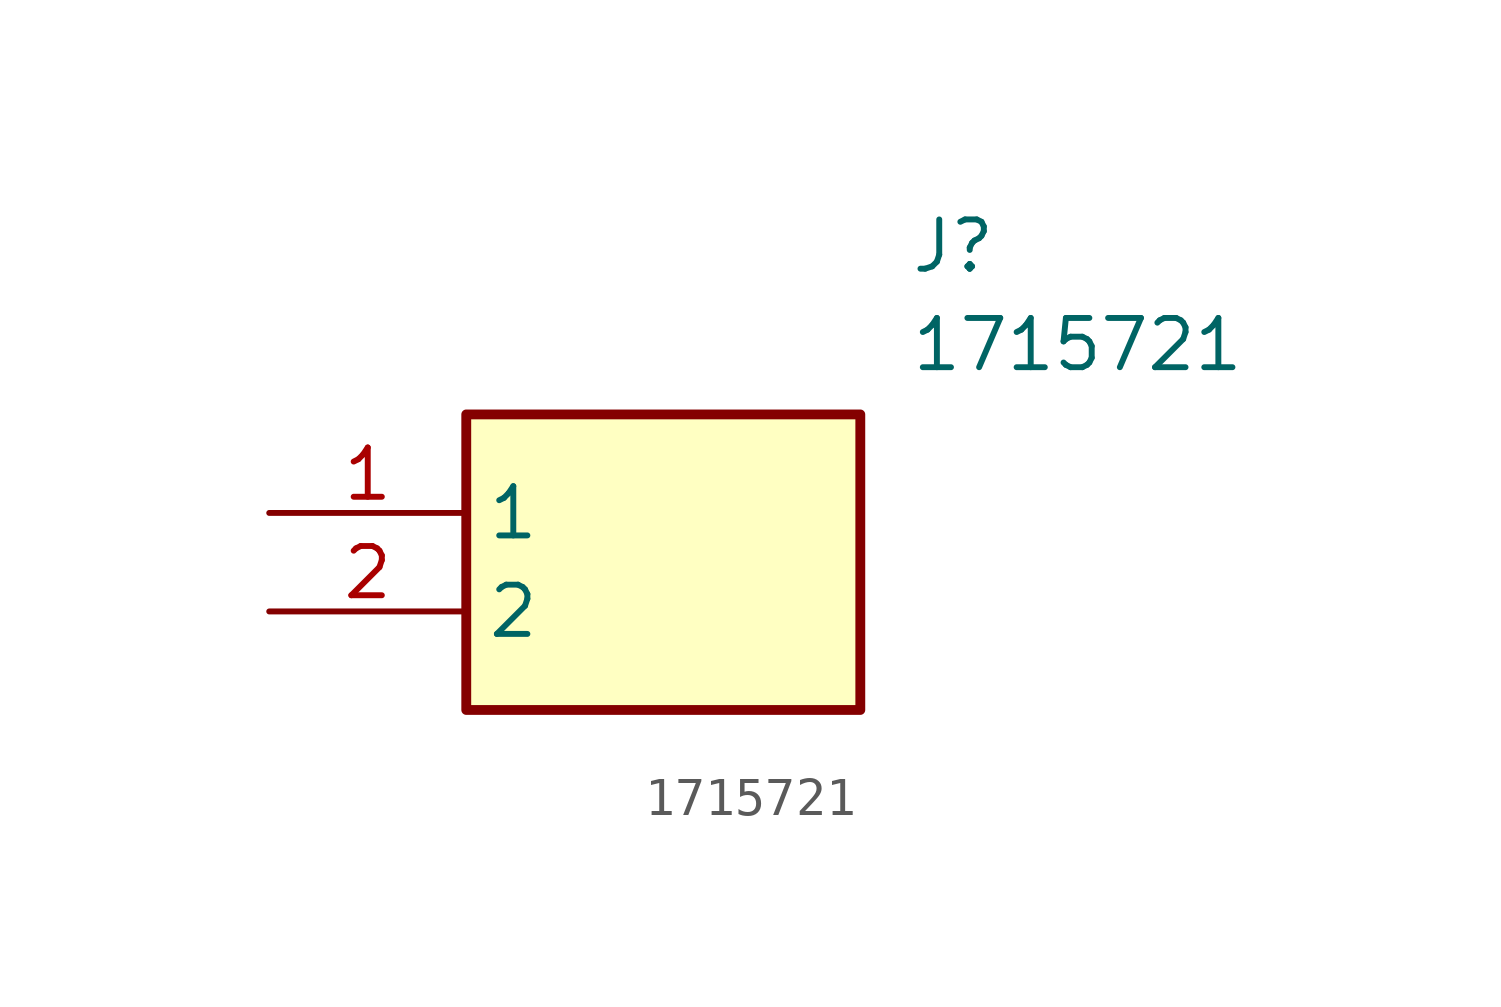
<source format=kicad_sym>
(kicad_symbol_lib
  (version 20211014)
  (generator SamacSys_ECAD_Model)
  (symbol "1715721"
    (property "Reference" "J"
      (at 16.51 7.62 0)
      (effects (font (size 1.27 1.27)) (justify left top)))
    (property "Value" "1715721"
      (at 16.51 5.08 0)
      (effects (font (size 1.27 1.27)) (justify left top)))
    (rectangle
      (start 5.08 2.54)
      (end 15.24 -5.08)
      (stroke (width 0.254) (type default))
      (fill (type background)))
    (pin passive line
      (at 0 0 0)
      (length 5.08)
      (name "1" (effects (font (size 1.27 1.27))))
      (number "1" (effects (font (size 1.27 1.27)))))
    (pin passive line
      (at 0 -2.54 0)
      (length 5.08)
      (name "2" (effects (font (size 1.27 1.27))))
      (number "2" (effects (font (size 1.27 1.27)))))))
</source>
